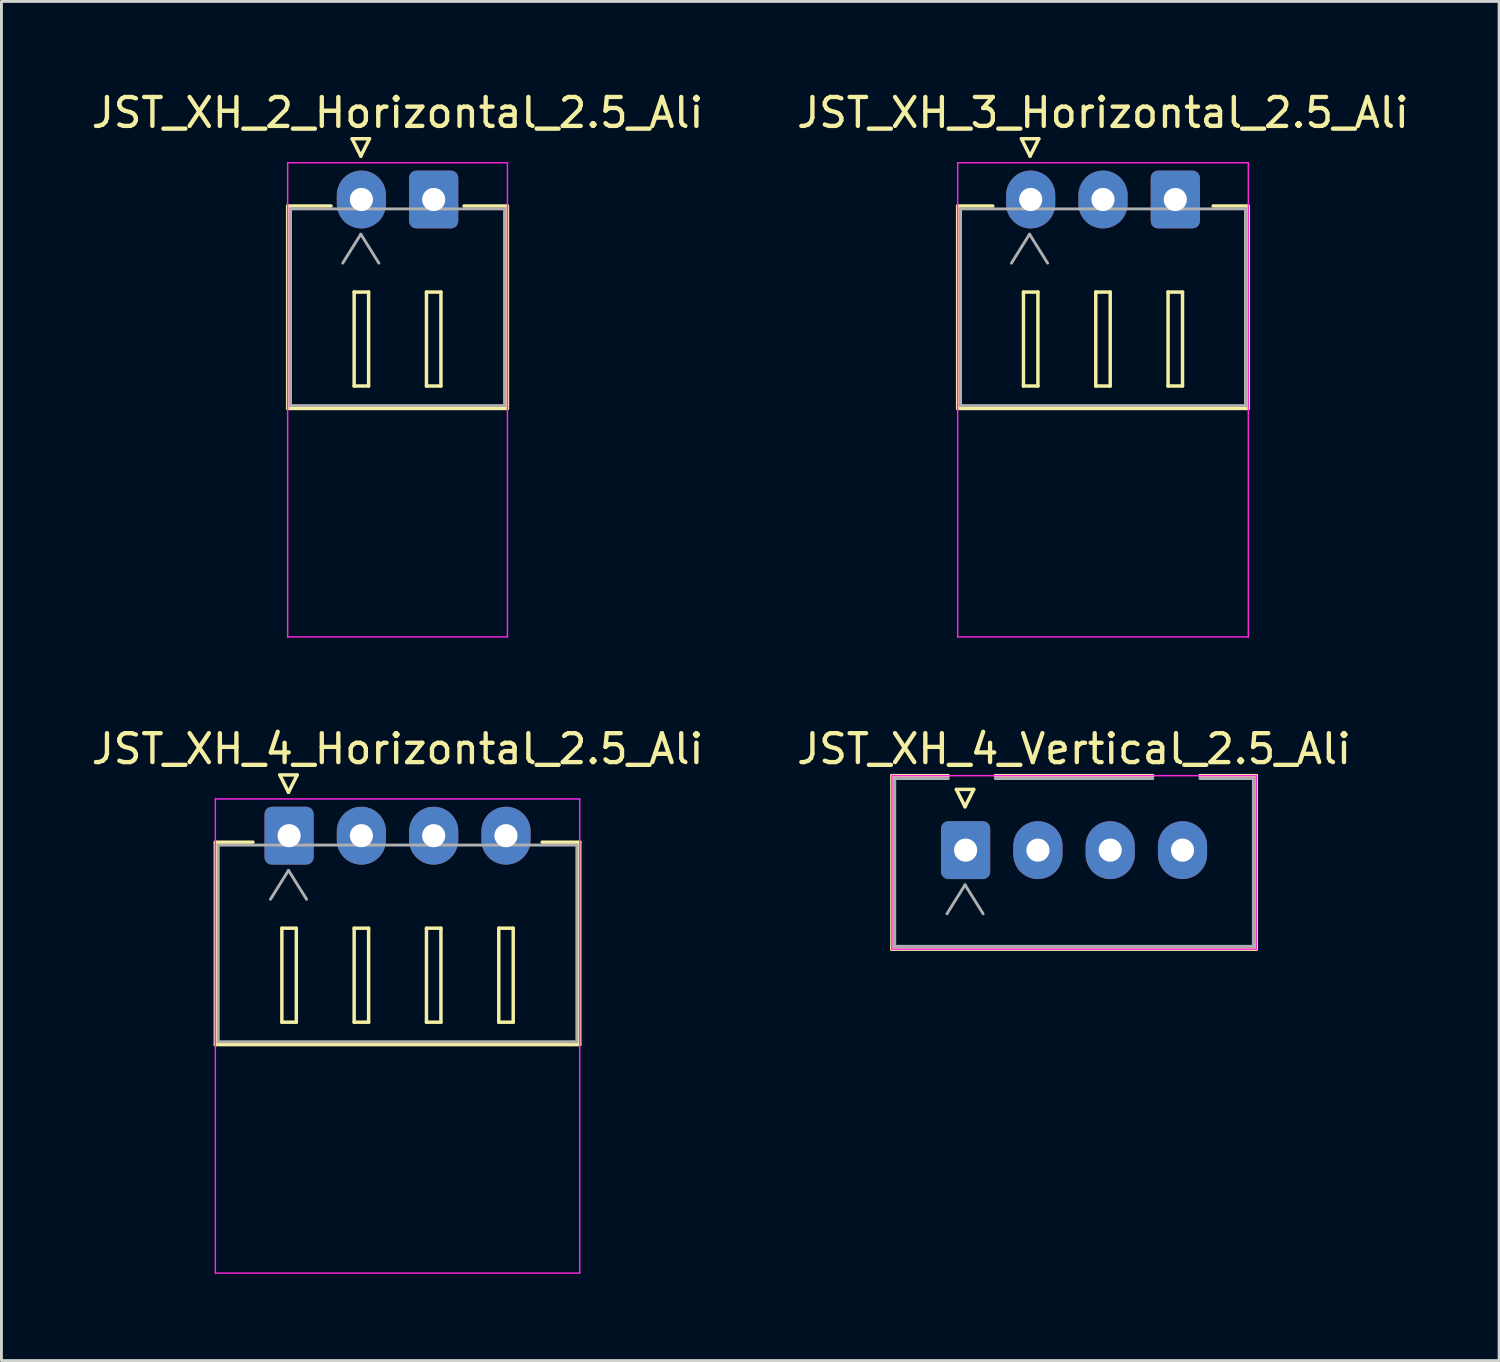
<source format=kicad_pcb>
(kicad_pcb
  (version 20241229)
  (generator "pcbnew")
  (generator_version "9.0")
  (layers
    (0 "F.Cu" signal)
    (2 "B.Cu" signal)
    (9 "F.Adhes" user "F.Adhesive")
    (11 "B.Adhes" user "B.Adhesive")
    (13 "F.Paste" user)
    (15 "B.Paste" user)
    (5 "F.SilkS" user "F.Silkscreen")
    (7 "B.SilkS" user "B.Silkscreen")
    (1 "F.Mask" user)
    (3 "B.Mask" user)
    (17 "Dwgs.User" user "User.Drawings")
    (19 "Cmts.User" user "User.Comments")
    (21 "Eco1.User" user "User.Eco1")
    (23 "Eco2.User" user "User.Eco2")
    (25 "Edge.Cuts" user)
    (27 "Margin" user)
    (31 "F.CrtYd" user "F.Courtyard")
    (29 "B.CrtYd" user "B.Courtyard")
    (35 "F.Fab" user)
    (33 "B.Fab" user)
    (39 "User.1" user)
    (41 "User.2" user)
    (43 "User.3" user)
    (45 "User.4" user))
  (footprint "JST_XH_4_Horizontal_2.5_Ali"
    (layer "F.Cu")
    (at 10.696 25.846)
    (property "Reference" "JST_XH_4_Horizontal_2.5_Ali" (at 0 -3 0) (layer "F.SilkS") (effects (font (size 1 1) (thickness 0.15))))
    (attr through_hole)
    (fp_line (start -6.3 0.225) (end -5 0.225) (stroke (width 0.12) (type solid)) (layer "F.SilkS"))
    (fp_line (start -6.3 7.225) (end -6.3 0.225) (stroke (width 0.12) (type solid)) (layer "F.SilkS"))
    (fp_line (start -6.3 7.225) (end 6.3 7.225) (stroke (width 0.12) (type solid)) (layer "F.SilkS"))
    (fp_line (start -4.07 -2.1) (end -3.47 -2.1) (stroke (width 0.12) (type solid)) (layer "F.SilkS"))
    (fp_line (start -4 3.2) (end -4 6.45) (stroke (width 0.12) (type solid)) (layer "F.SilkS"))
    (fp_line (start -4 6.45) (end -3.5 6.45) (stroke (width 0.12) (type solid)) (layer "F.SilkS"))
    (fp_line (start -3.77 -1.5) (end -4.07 -2.1) (stroke (width 0.12) (type solid)) (layer "F.SilkS"))
    (fp_line (start -3.5 3.2) (end -4 3.2) (stroke (width 0.12) (type solid)) (layer "F.SilkS"))
    (fp_line (start -3.5 6.45) (end -3.5 3.2) (stroke (width 0.12) (type solid)) (layer "F.SilkS"))
    (fp_line (start -3.47 -2.1) (end -3.77 -1.5) (stroke (width 0.12) (type solid)) (layer "F.SilkS"))
    (fp_line (start -1.5 3.2) (end -1.5 6.45) (stroke (width 0.12) (type solid)) (layer "F.SilkS"))
    (fp_line (start -1.5 6.45) (end -1 6.45) (stroke (width 0.12) (type solid)) (layer "F.SilkS"))
    (fp_line (start -1 3.2) (end -1.5 3.2) (stroke (width 0.12) (type solid)) (layer "F.SilkS"))
    (fp_line (start -1 6.45) (end -1 3.2) (stroke (width 0.12) (type solid)) (layer "F.SilkS"))
    (fp_line (start 1 3.2) (end 1 6.45) (stroke (width 0.12) (type solid)) (layer "F.SilkS"))
    (fp_line (start 1 6.45) (end 1.5 6.45) (stroke (width 0.12) (type solid)) (layer "F.SilkS"))
    (fp_line (start 1.5 3.2) (end 1 3.2) (stroke (width 0.12) (type solid)) (layer "F.SilkS"))
    (fp_line (start 1.5 6.45) (end 1.5 3.2) (stroke (width 0.12) (type solid)) (layer "F.SilkS"))
    (fp_line (start 3.5 3.2) (end 3.5 6.45) (stroke (width 0.12) (type solid)) (layer "F.SilkS"))
    (fp_line (start 3.5 6.45) (end 4 6.45) (stroke (width 0.12) (type solid)) (layer "F.SilkS"))
    (fp_line (start 4 3.2) (end 3.5 3.2) (stroke (width 0.12) (type solid)) (layer "F.SilkS"))
    (fp_line (start 4 6.45) (end 4 3.2) (stroke (width 0.12) (type solid)) (layer "F.SilkS"))
    (fp_line (start 5 0.225) (end 6.3 0.225) (stroke (width 0.12) (type solid)) (layer "F.SilkS"))
    (fp_line (start 6.3 7.225) (end 6.3 0.225) (stroke (width 0.12) (type solid)) (layer "F.SilkS"))
    (fp_line (start -6.3 -1.27) (end -6.3 15.125) (stroke (width 0.05) (type solid)) (layer "F.CrtYd"))
    (fp_line (start -6.3 -1.27) (end 6.3 -1.27) (stroke (width 0.05) (type solid)) (layer "F.CrtYd"))
    (fp_line (start -6.3 15.125) (end 6.3 15.125) (stroke (width 0.05) (type solid)) (layer "F.CrtYd"))
    (fp_line (start 6.3 -1.27) (end 6.3 15.125) (stroke (width 0.05) (type solid)) (layer "F.CrtYd"))
    (fp_line (start -6.2 0.325) (end 6.2 0.325) (stroke (width 0.1) (type solid)) (layer "F.Fab"))
    (fp_line (start -6.2 7.125) (end -6.2 0.325) (stroke (width 0.1) (type solid)) (layer "F.Fab"))
    (fp_line (start -4.395 2.2) (end -3.77 1.2) (stroke (width 0.1) (type solid)) (layer "F.Fab"))
    (fp_line (start -3.77 1.2) (end -3.145 2.2) (stroke (width 0.1) (type solid)) (layer "F.Fab"))
    (fp_line (start 6.2 7.125) (end -6.2 7.125) (stroke (width 0.1) (type solid)) (layer "F.Fab"))
    (fp_line (start 6.2 7.125) (end 6.2 0.325) (stroke (width 0.1) (type solid)) (layer "F.Fab"))
    (pad "1" thru_hole roundrect (at -3.75 0) (size 1.7 2) (drill 0.8) (layers "*.Cu" "*.Mask") (roundrect_rratio 0.147))
    (pad "2" thru_hole oval (at -1.25 0) (size 1.7 2) (drill 0.8) (layers "*.Cu" "*.Mask"))
    (pad "3" thru_hole oval (at 1.25 0) (size 1.7 2) (drill 0.8) (layers "*.Cu" "*.Mask"))
    (pad "4" thru_hole oval (at 3.75 0) (size 1.7 2) (drill 0.8) (layers "*.Cu" "*.Mask")))
  (footprint "JST_XH_2_Horizontal_2.5_Ali"
    (layer "F.Cu")
    (at 10.696 3.848)
    (property "Reference" "JST_XH_2_Horizontal_2.5_Ali" (at 0 -3 0) (layer "F.SilkS") (effects (font (size 1 1) (thickness 0.15))))
    (attr through_hole)
    (fp_line (start -3.8 0.225) (end -2.3 0.225) (stroke (width 0.12) (type solid)) (layer "F.SilkS"))
    (fp_line (start -3.8 7.225) (end -3.8 0.225) (stroke (width 0.12) (type solid)) (layer "F.SilkS"))
    (fp_line (start -3.8 7.225) (end 3.8 7.225) (stroke (width 0.12) (type solid)) (layer "F.SilkS"))
    (fp_line (start -1.57 -2.1) (end -0.97 -2.1) (stroke (width 0.12) (type solid)) (layer "F.SilkS"))
    (fp_line (start -1.5 3.2) (end -1.5 6.45) (stroke (width 0.12) (type solid)) (layer "F.SilkS"))
    (fp_line (start -1.5 6.45) (end -1 6.45) (stroke (width 0.12) (type solid)) (layer "F.SilkS"))
    (fp_line (start -1.27 -1.5) (end -1.57 -2.1) (stroke (width 0.12) (type solid)) (layer "F.SilkS"))
    (fp_line (start -1 3.2) (end -1.5 3.2) (stroke (width 0.12) (type solid)) (layer "F.SilkS"))
    (fp_line (start -1 6.45) (end -1 3.2) (stroke (width 0.12) (type solid)) (layer "F.SilkS"))
    (fp_line (start -0.97 -2.1) (end -1.27 -1.5) (stroke (width 0.12) (type solid)) (layer "F.SilkS"))
    (fp_line (start 1 3.2) (end 1 6.45) (stroke (width 0.12) (type solid)) (layer "F.SilkS"))
    (fp_line (start 1 6.45) (end 1.5 6.45) (stroke (width 0.12) (type solid)) (layer "F.SilkS"))
    (fp_line (start 1.5 3.2) (end 1 3.2) (stroke (width 0.12) (type solid)) (layer "F.SilkS"))
    (fp_line (start 1.5 6.45) (end 1.5 3.2) (stroke (width 0.12) (type solid)) (layer "F.SilkS"))
    (fp_line (start 3.8 0.225) (end 2.3 0.225) (stroke (width 0.12) (type solid)) (layer "F.SilkS"))
    (fp_line (start 3.8 7.225) (end 3.8 0.225) (stroke (width 0.12) (type solid)) (layer "F.SilkS"))
    (fp_line (start -3.8 -1.27) (end -3.8 15.125) (stroke (width 0.05) (type solid)) (layer "F.CrtYd"))
    (fp_line (start -3.8 -1.27) (end 3.8 -1.27) (stroke (width 0.05) (type solid)) (layer "F.CrtYd"))
    (fp_line (start -3.8 15.125) (end 3.8 15.125) (stroke (width 0.05) (type solid)) (layer "F.CrtYd"))
    (fp_line (start 3.8 -1.27) (end 3.8 15.125) (stroke (width 0.05) (type solid)) (layer "F.CrtYd"))
    (fp_line (start -3.7 0.325) (end 3.7 0.325) (stroke (width 0.1) (type solid)) (layer "F.Fab"))
    (fp_line (start -3.7 7.125) (end -3.7 0.325) (stroke (width 0.1) (type solid)) (layer "F.Fab"))
    (fp_line (start -1.895 2.2) (end -1.27 1.2) (stroke (width 0.1) (type solid)) (layer "F.Fab"))
    (fp_line (start -1.27 1.2) (end -0.645 2.2) (stroke (width 0.1) (type solid)) (layer "F.Fab"))
    (fp_line (start 3.7 7.125) (end -3.7 7.125) (stroke (width 0.1) (type solid)) (layer "F.Fab"))
    (fp_line (start 3.7 7.125) (end 3.7 0.325) (stroke (width 0.1) (type solid)) (layer "F.Fab"))
    (pad "1" thru_hole roundrect (at 1.25 0) (size 1.7 2) (drill 0.8) (layers "*.Cu" "*.Mask") (roundrect_rratio 0.147))
    (pad "2" thru_hole oval (at -1.25 0) (size 1.7 2) (drill 0.8) (layers "*.Cu" "*.Mask")))
  (footprint "JST_XH_3_Horizontal_2.5_Ali"
    (layer "F.Cu")
    (at 35.089 3.848)
    (property "Reference" "JST_XH_3_Horizontal_2.5_Ali" (at 0 -3 0) (layer "F.SilkS") (effects (font (size 1 1) (thickness 0.15))))
    (attr through_hole)
    (fp_line (start -5.025 0.225) (end -3.81 0.225) (stroke (width 0.12) (type solid)) (layer "F.SilkS"))
    (fp_line (start -5.025 7.225) (end -5.025 0.225) (stroke (width 0.12) (type solid)) (layer "F.SilkS"))
    (fp_line (start -5.025 7.225) (end 5.025 7.225) (stroke (width 0.12) (type solid)) (layer "F.SilkS"))
    (fp_line (start -2.82 -2.1) (end -2.22 -2.1) (stroke (width 0.12) (type solid)) (layer "F.SilkS"))
    (fp_line (start -2.75 3.2) (end -2.75 6.45) (stroke (width 0.12) (type solid)) (layer "F.SilkS"))
    (fp_line (start -2.75 6.45) (end -2.25 6.45) (stroke (width 0.12) (type solid)) (layer "F.SilkS"))
    (fp_line (start -2.52 -1.5) (end -2.82 -2.1) (stroke (width 0.12) (type solid)) (layer "F.SilkS"))
    (fp_line (start -2.25 3.2) (end -2.75 3.2) (stroke (width 0.12) (type solid)) (layer "F.SilkS"))
    (fp_line (start -2.25 6.45) (end -2.25 3.2) (stroke (width 0.12) (type solid)) (layer "F.SilkS"))
    (fp_line (start -2.22 -2.1) (end -2.52 -1.5) (stroke (width 0.12) (type solid)) (layer "F.SilkS"))
    (fp_line (start -0.25 3.2) (end -0.25 6.45) (stroke (width 0.12) (type solid)) (layer "F.SilkS"))
    (fp_line (start -0.25 6.45) (end 0.25 6.45) (stroke (width 0.12) (type solid)) (layer "F.SilkS"))
    (fp_line (start 0.25 3.2) (end -0.25 3.2) (stroke (width 0.12) (type solid)) (layer "F.SilkS"))
    (fp_line (start 0.25 6.45) (end 0.25 3.2) (stroke (width 0.12) (type solid)) (layer "F.SilkS"))
    (fp_line (start 2.25 3.2) (end 2.25 6.45) (stroke (width 0.12) (type solid)) (layer "F.SilkS"))
    (fp_line (start 2.25 6.45) (end 2.75 6.45) (stroke (width 0.12) (type solid)) (layer "F.SilkS"))
    (fp_line (start 2.75 3.2) (end 2.25 3.2) (stroke (width 0.12) (type solid)) (layer "F.SilkS"))
    (fp_line (start 2.75 6.45) (end 2.75 3.2) (stroke (width 0.12) (type solid)) (layer "F.SilkS"))
    (fp_line (start 5.025 0.225) (end 3.81 0.225) (stroke (width 0.12) (type solid)) (layer "F.SilkS"))
    (fp_line (start 5.025 7.225) (end 5.025 0.225) (stroke (width 0.12) (type solid)) (layer "F.SilkS"))
    (fp_line (start -5.025 -1.27) (end -5.025 15.125) (stroke (width 0.05) (type solid)) (layer "F.CrtYd"))
    (fp_line (start -5.025 -1.27) (end 5.025 -1.27) (stroke (width 0.05) (type solid)) (layer "F.CrtYd"))
    (fp_line (start -5.025 15.125) (end 5.025 15.125) (stroke (width 0.05) (type solid)) (layer "F.CrtYd"))
    (fp_line (start 5.025 -1.27) (end 5.025 15.125) (stroke (width 0.05) (type solid)) (layer "F.CrtYd"))
    (fp_line (start -4.925 0.325) (end 4.925 0.325) (stroke (width 0.1) (type solid)) (layer "F.Fab"))
    (fp_line (start -4.925 7.125) (end -4.925 0.325) (stroke (width 0.1) (type solid)) (layer "F.Fab"))
    (fp_line (start -4.925 7.125) (end 4.925 7.125) (stroke (width 0.1) (type solid)) (layer "F.Fab"))
    (fp_line (start -3.165 2.2) (end -2.54 1.2) (stroke (width 0.1) (type solid)) (layer "F.Fab"))
    (fp_line (start -2.54 1.2) (end -1.915 2.2) (stroke (width 0.1) (type solid)) (layer "F.Fab"))
    (fp_line (start 4.925 7.125) (end 4.925 0.325) (stroke (width 0.1) (type solid)) (layer "F.Fab"))
    (pad "1" thru_hole roundrect (at 2.5 0) (size 1.7 2) (drill 0.8) (layers "*.Cu" "*.Mask") (roundrect_rratio 0.147))
    (pad "2" thru_hole oval (at 0 0) (size 1.7 2) (drill 0.8) (layers "*.Cu" "*.Mask"))
    (pad "3" thru_hole oval (at -2.5 0) (size 1.7 2) (drill 0.8) (layers "*.Cu" "*.Mask")))
  (footprint "JST_XH_4_Vertical_2.5_Ali"
    (layer "F.Cu")
    (at 34.089 26.346)
    (property "Reference" "JST_XH_4_Vertical_2.5_Ali" (at 0 -3.5 0) (layer "F.SilkS") (effects (font (size 1 1) (thickness 0.15))))
    (attr through_hole)
    (fp_line (start -6.3 -2.575) (end -4.35 -2.575) (stroke (width 0.12) (type solid)) (layer "F.SilkS"))
    (fp_line (start -6.3 3.425) (end -6.3 -2.575) (stroke (width 0.12) (type solid)) (layer "F.SilkS"))
    (fp_line (start -6.3 3.425) (end 6.3 3.425) (stroke (width 0.12) (type solid)) (layer "F.SilkS"))
    (fp_line (start -4.07 -2.1) (end -3.47 -2.1) (stroke (width 0.12) (type solid)) (layer "F.SilkS"))
    (fp_line (start -3.77 -1.5) (end -4.07 -2.1) (stroke (width 0.12) (type solid)) (layer "F.SilkS"))
    (fp_line (start -3.47 -2.1) (end -3.77 -1.5) (stroke (width 0.12) (type solid)) (layer "F.SilkS"))
    (fp_line (start -2.725 -2.575) (end 2.725 -2.575) (stroke (width 0.12) (type solid)) (layer "F.SilkS"))
    (fp_line (start 4.35 -2.575) (end 6.3 -2.575) (stroke (width 0.12) (type solid)) (layer "F.SilkS"))
    (fp_line (start 6.3 3.425) (end 6.3 -2.575) (stroke (width 0.12) (type solid)) (layer "F.SilkS"))
    (fp_line (start -6.3 -2.575) (end -6.3 3.425) (stroke (width 0.05) (type solid)) (layer "F.CrtYd"))
    (fp_line (start -6.3 -2.575) (end 6.3 -2.575) (stroke (width 0.05) (type solid)) (layer "F.CrtYd"))
    (fp_line (start -6.3 3.425) (end 6.3 3.425) (stroke (width 0.05) (type solid)) (layer "F.CrtYd"))
    (fp_line (start 6.3 -2.575) (end 6.3 3.425) (stroke (width 0.05) (type solid)) (layer "F.CrtYd"))
    (fp_line (start -6.2 -2.475) (end -4.35 -2.475) (stroke (width 0.1) (type solid)) (layer "F.Fab"))
    (fp_line (start -6.2 3.325) (end -6.2 -2.475) (stroke (width 0.1) (type solid)) (layer "F.Fab"))
    (fp_line (start -4.395 2.2) (end -3.77 1.2) (stroke (width 0.1) (type solid)) (layer "F.Fab"))
    (fp_line (start -3.77 1.2) (end -3.145 2.2) (stroke (width 0.1) (type solid)) (layer "F.Fab"))
    (fp_line (start -2.725 -2.475) (end 2.725 -2.475) (stroke (width 0.1) (type solid)) (layer "F.Fab"))
    (fp_line (start 4.35 -2.475) (end 6.2 -2.475) (stroke (width 0.1) (type solid)) (layer "F.Fab"))
    (fp_line (start 6.2 3.325) (end -6.2 3.325) (stroke (width 0.1) (type solid)) (layer "F.Fab"))
    (fp_line (start 6.2 3.325) (end 6.2 -2.475) (stroke (width 0.1) (type solid)) (layer "F.Fab"))
    (pad "1" thru_hole roundrect (at -3.75 0) (size 1.7 2) (drill 0.8) (layers "*.Cu" "*.Mask") (roundrect_rratio 0.147))
    (pad "2" thru_hole oval (at -1.25 0) (size 1.7 2) (drill 0.8) (layers "*.Cu" "*.Mask"))
    (pad "3" thru_hole oval (at 1.25 0) (size 1.7 2) (drill 0.8) (layers "*.Cu" "*.Mask"))
    (pad "4" thru_hole oval (at 3.75 0) (size 1.7 2) (drill 0.8) (layers "*.Cu" "*.Mask")))
  (gr_rect
    (start -3 -3)
    (end 48.786 43.996)
    (stroke (width 0.1) (type default))
    (fill no)
    (layer "Edge.Cuts")))
</source>
